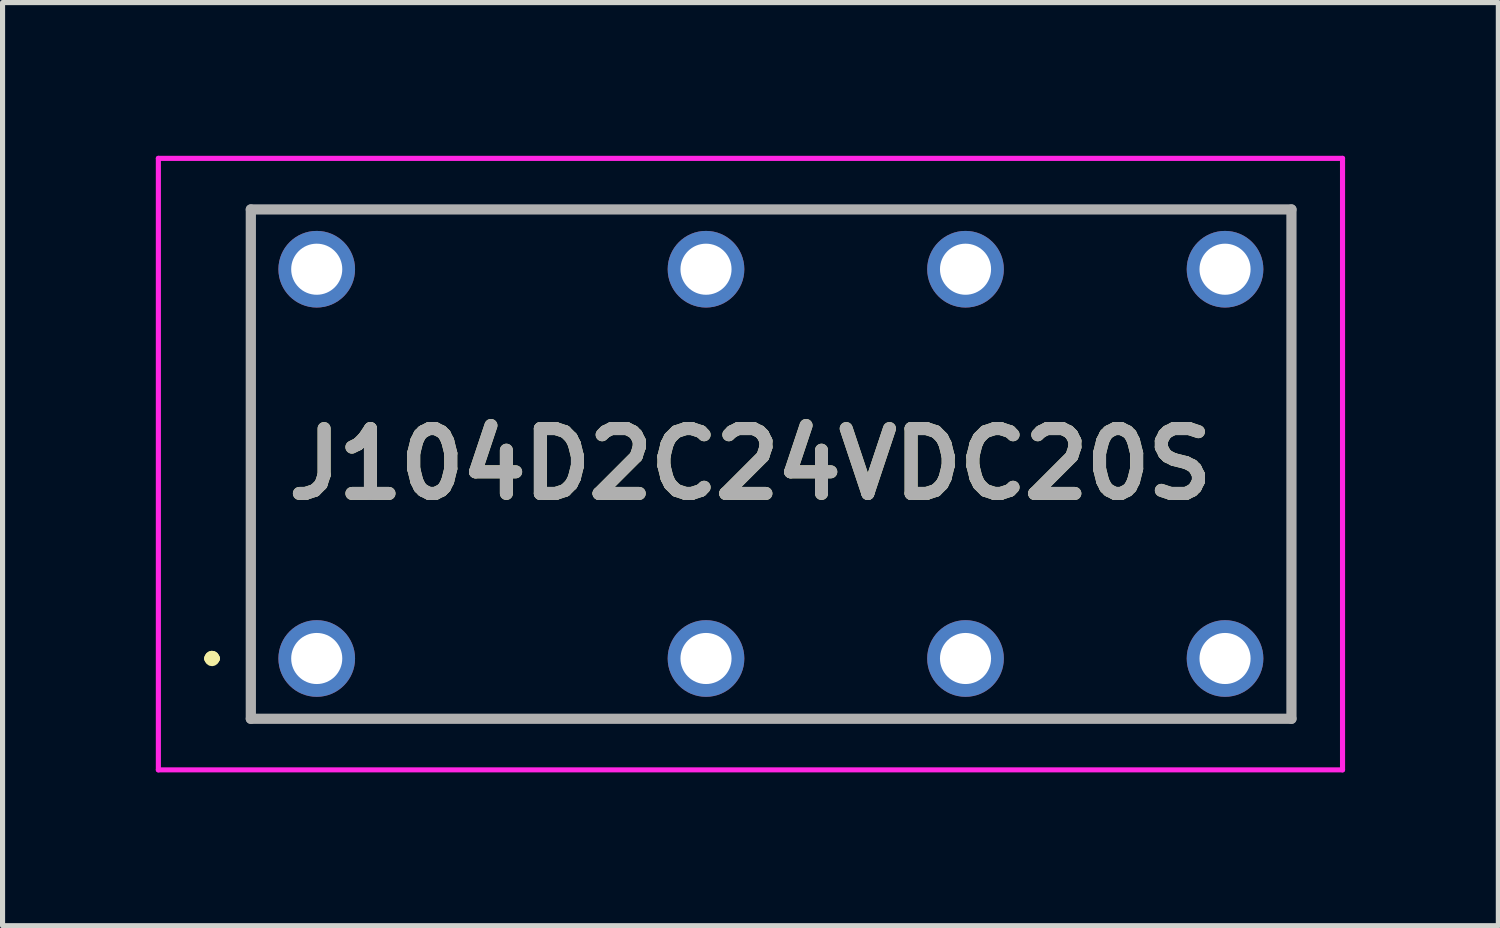
<source format=kicad_pcb>
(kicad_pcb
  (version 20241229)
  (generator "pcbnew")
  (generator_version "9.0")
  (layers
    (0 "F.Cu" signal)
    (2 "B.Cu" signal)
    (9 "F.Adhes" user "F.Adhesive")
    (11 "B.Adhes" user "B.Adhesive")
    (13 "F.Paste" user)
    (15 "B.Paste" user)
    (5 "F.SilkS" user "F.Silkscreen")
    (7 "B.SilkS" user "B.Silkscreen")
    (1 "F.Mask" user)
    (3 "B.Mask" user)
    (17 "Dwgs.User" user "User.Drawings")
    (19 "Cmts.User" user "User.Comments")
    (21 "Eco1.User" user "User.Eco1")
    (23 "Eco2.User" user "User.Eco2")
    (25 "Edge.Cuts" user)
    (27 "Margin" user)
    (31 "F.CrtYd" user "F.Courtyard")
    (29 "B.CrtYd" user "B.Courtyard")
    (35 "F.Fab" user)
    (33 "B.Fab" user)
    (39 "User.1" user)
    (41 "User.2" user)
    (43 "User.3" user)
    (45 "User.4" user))
  (footprint "J104D2C24VDC20S"
    (layer "F.Cu")
    (at 3.15 9.84)
    (property "Reference" "J104D2C24VDC20S" (at 8.49 -3.805 0) (layer "F.SilkS") (effects (font (size 1.27 1.27) (thickness 0.254))))
    (attr through_hole)
    (fp_line (start -2.1 0) (end -2.1 0) (stroke (width 0.2) (type solid)) (layer "F.SilkS"))
    (fp_line (start -2 0) (end -2 0) (stroke (width 0.2) (type solid)) (layer "F.SilkS"))
    (fp_line (start -2 0) (end -2 0) (stroke (width 0.2) (type solid)) (layer "F.SilkS"))
    (fp_line (start -1.29 -8.79) (end -1.29 1.18) (stroke (width 0.1) (type solid)) (layer "F.SilkS"))
    (fp_line (start -1.29 1.18) (end 19.08 1.18) (stroke (width 0.1) (type solid)) (layer "F.SilkS"))
    (fp_line (start 19.08 -8.79) (end -1.29 -8.79) (stroke (width 0.1) (type solid)) (layer "F.SilkS"))
    (fp_line (start 19.08 1.18) (end 19.08 -8.79) (stroke (width 0.1) (type solid)) (layer "F.SilkS"))
    (fp_arc (start -2.1 0) (mid -2.05 -0.05) (end -2 0) (stroke (width 0.2) (type solid)) (layer "F.SilkS"))
    (fp_arc (start -2.1 0) (mid -2.05 -0.05) (end -2 0) (stroke (width 0.2) (type solid)) (layer "F.SilkS"))
    (fp_arc (start -2 0) (mid -2.05 0.05) (end -2.1 0) (stroke (width 0.2) (type solid)) (layer "F.SilkS"))
    (fp_line (start -3.1 -9.79) (end 20.08 -9.79) (stroke (width 0.1) (type solid)) (layer "F.CrtYd"))
    (fp_line (start -3.1 2.18) (end -3.1 -9.79) (stroke (width 0.1) (type solid)) (layer "F.CrtYd"))
    (fp_line (start 20.08 -9.79) (end 20.08 2.18) (stroke (width 0.1) (type solid)) (layer "F.CrtYd"))
    (fp_line (start 20.08 2.18) (end -3.1 2.18) (stroke (width 0.1) (type solid)) (layer "F.CrtYd"))
    (fp_line (start -1.29 -8.79) (end 19.08 -8.79) (stroke (width 0.2) (type solid)) (layer "F.Fab"))
    (fp_line (start -1.29 1.18) (end -1.29 -8.79) (stroke (width 0.2) (type solid)) (layer "F.Fab"))
    (fp_line (start 19.08 -8.79) (end 19.08 1.18) (stroke (width 0.2) (type solid)) (layer "F.Fab"))
    (fp_line (start 19.08 1.18) (end -1.29 1.18) (stroke (width 0.2) (type solid)) (layer "F.Fab"))
    (fp_text user "${REFERENCE}" (at 8.49 -3.805 0) (layer "F.Fab") (effects (font (size 1.27 1.27) (thickness 0.254))))
    (pad "1" thru_hole circle (at 0 0) (size 1.5 1.5) (drill 1) (layers "*.Cu" "*.Mask"))
    (pad "2" thru_hole circle (at 7.62 0) (size 1.5 1.5) (drill 1) (layers "*.Cu" "*.Mask"))
    (pad "3" thru_hole circle (at 12.7 0) (size 1.5 1.5) (drill 1) (layers "*.Cu" "*.Mask"))
    (pad "4" thru_hole circle (at 17.78 0) (size 1.5 1.5) (drill 1) (layers "*.Cu" "*.Mask"))
    (pad "5" thru_hole circle (at 17.78 -7.62) (size 1.5 1.5) (drill 1) (layers "*.Cu" "*.Mask"))
    (pad "6" thru_hole circle (at 12.7 -7.62) (size 1.5 1.5) (drill 1) (layers "*.Cu" "*.Mask"))
    (pad "7" thru_hole circle (at 7.62 -7.62) (size 1.5 1.5) (drill 1) (layers "*.Cu" "*.Mask"))
    (pad "8" thru_hole circle (at 0 -7.62) (size 1.5 1.5) (drill 1) (layers "*.Cu" "*.Mask")))
  (gr_rect
    (start -3 -3)
    (end 26.28 15.07)
    (stroke (width 0.1) (type default))
    (fill no)
    (layer "Edge.Cuts")))
</source>
